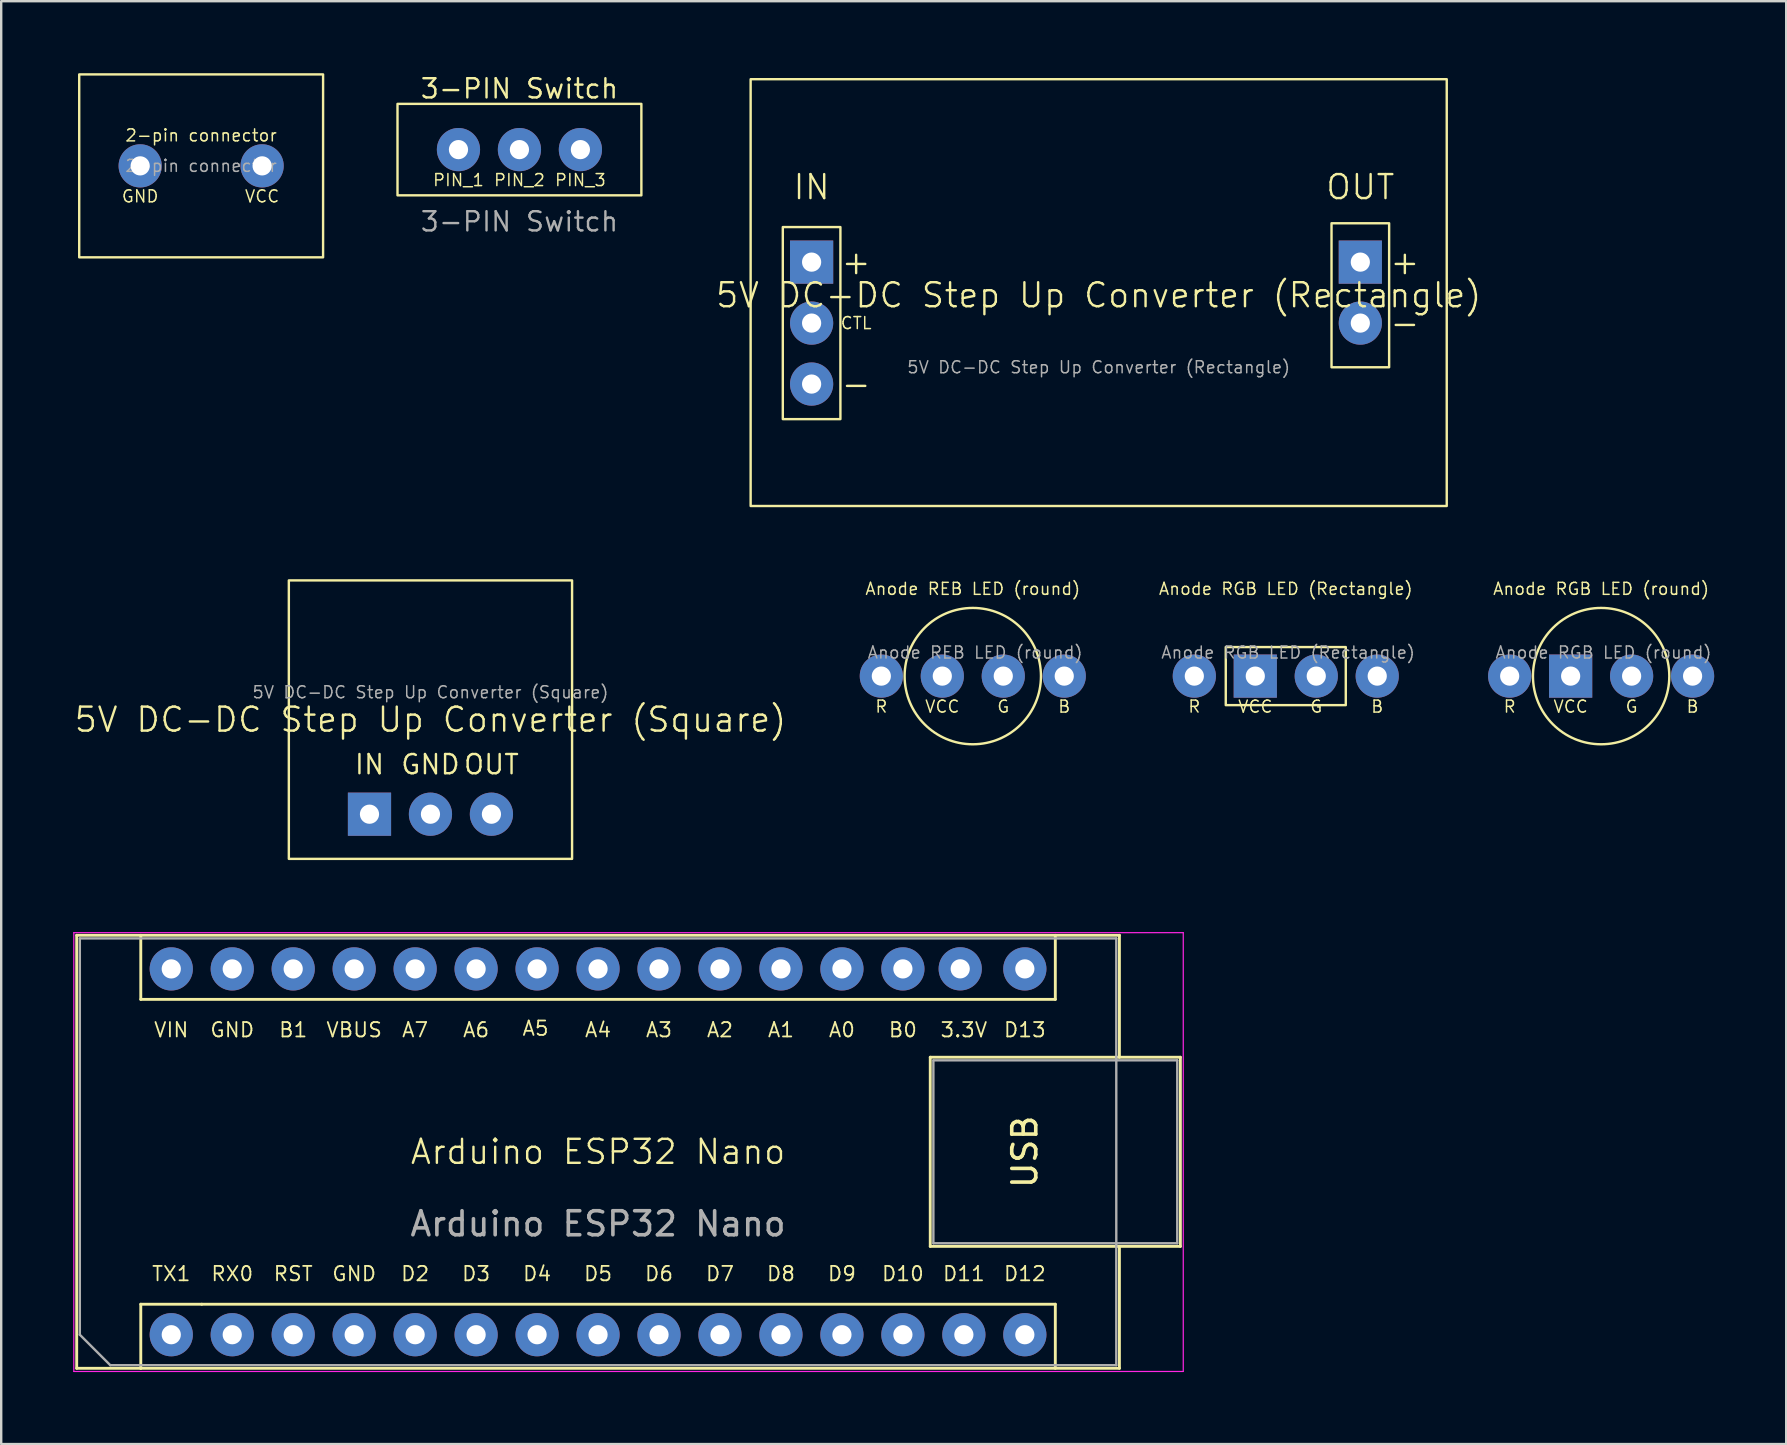
<source format=kicad_pcb>
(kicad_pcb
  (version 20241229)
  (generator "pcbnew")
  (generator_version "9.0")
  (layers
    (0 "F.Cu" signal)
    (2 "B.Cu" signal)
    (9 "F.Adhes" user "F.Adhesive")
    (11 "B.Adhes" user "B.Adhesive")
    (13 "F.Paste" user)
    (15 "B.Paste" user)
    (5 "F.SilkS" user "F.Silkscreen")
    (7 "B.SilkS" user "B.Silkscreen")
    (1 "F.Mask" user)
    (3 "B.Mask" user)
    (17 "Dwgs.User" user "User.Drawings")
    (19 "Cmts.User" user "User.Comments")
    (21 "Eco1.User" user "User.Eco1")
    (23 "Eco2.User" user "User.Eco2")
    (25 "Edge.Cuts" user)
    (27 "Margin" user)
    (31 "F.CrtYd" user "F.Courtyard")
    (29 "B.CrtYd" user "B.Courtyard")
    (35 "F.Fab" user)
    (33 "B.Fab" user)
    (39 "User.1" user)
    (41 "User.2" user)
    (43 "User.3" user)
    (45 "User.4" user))
  (footprint "5V DC-DC Step Up Converter (Square)"
    (layer "F.Cu")
    (at 14.883 26.93)
    (property "Reference" "5V DC-DC Step Up Converter (Square)" (at 0 0 0) (unlocked yes) (layer "F.SilkS") (effects (font (size 1 1) (thickness 0.1))))
    (fp_rect (start -5.9 -5.8) (end 5.9 5.8) (stroke (width 0.1) (type solid)) (fill no) (layer "F.SilkS"))
    (fp_text user "GND" (at 0 1.4 0) (unlocked yes) (layer "F.SilkS") (effects (font (size 0.8 0.8) (thickness 0.1)) (justify top)))
    (fp_text user "OUT" (at 2.54 1.4 0) (unlocked yes) (layer "F.SilkS") (effects (font (size 0.8 0.8) (thickness 0.1)) (justify top)))
    (fp_text user "IN" (at -2.54 1.4 0) (unlocked yes) (layer "F.SilkS") (effects (font (size 0.8 0.8) (thickness 0.1)) (justify top)))
    (fp_text user "${REFERENCE}" (at 0 -1.14 0) (unlocked yes) (layer "F.Fab") (effects (font (size 0.5 0.5) (thickness 0.062))))
    (pad "1" thru_hole rect (at -2.54 3.94) (size 1.8 1.8) (drill 0.8) (layers "*.Cu" "*.Mask"))
    (pad "2" thru_hole circle (at 0 3.94) (size 1.8 1.8) (drill 0.8) (layers "*.Cu" "*.Mask"))
    (pad "3" thru_hole circle (at 2.54 3.94) (size 1.8 1.8) (drill 0.8) (layers "*.Cu" "*.Mask")))
  (footprint "Anode RGB LED (round)"
    (layer "F.Cu")
    (at 63.654 25.117)
    (property "Reference" "Anode RGB LED (round)" (at 0 -3.635 0) (unlocked yes) (layer "F.SilkS") (effects (font (size 0.5 0.5) (thickness 0.062))))
    (fp_circle (center 0 0) (end 2.84 0) (stroke (width 0.1) (type solid)) (fill no) (layer "F.SilkS"))
    (fp_text user "VCC" (at -1.27 1.27 0) (unlocked yes) (layer "F.SilkS") (effects (font (size 0.5 0.5) (thickness 0.062))))
    (fp_text user "B" (at 3.81 1.27 0) (unlocked yes) (layer "F.SilkS") (effects (font (size 0.5 0.5) (thickness 0.062))))
    (fp_text user "R" (at -3.81 1.27 0) (unlocked yes) (layer "F.SilkS") (effects (font (size 0.5 0.5) (thickness 0.062))))
    (fp_text user "G" (at 1.27 1.27 0) (unlocked yes) (layer "F.SilkS") (effects (font (size 0.5 0.5) (thickness 0.062))))
    (fp_text user "${REFERENCE}" (at 0.098 -0.982 0) (unlocked yes) (layer "F.Fab") (effects (font (size 0.5 0.5) (thickness 0.062))))
    (pad "1" thru_hole circle (at -3.81 0) (size 1.8 1.8) (drill 0.8) (layers "*.Cu" "*.Mask"))
    (pad "2" thru_hole rect (at -1.27 0) (size 1.8 1.8) (drill 0.8) (layers "*.Cu" "*.Mask"))
    (pad "3" thru_hole circle (at 1.27 0) (size 1.8 1.8) (drill 0.8) (layers "*.Cu" "*.Mask"))
    (pad "4" thru_hole circle (at 3.81 0) (size 1.8 1.8) (drill 0.8) (layers "*.Cu" "*.Mask")))
  (footprint "Anode RGB LED (Rectangle)"
    (layer "F.Cu")
    (at 50.516 25.117)
    (property "Reference" "Anode RGB LED (Rectangle)" (at 0 -3.635 0) (unlocked yes) (layer "F.SilkS") (effects (font (size 0.5 0.5) (thickness 0.062))))
    (fp_rect (start -2.5 -1.21) (end 2.5 1.21) (stroke (width 0.1) (type solid)) (fill no) (layer "F.SilkS"))
    (fp_text user "B" (at 3.81 1.27 0) (unlocked yes) (layer "F.SilkS") (effects (font (size 0.5 0.5) (thickness 0.062))))
    (fp_text user "R" (at -3.81 1.27 0) (unlocked yes) (layer "F.SilkS") (effects (font (size 0.5 0.5) (thickness 0.062))))
    (fp_text user "G" (at 1.27 1.27 0) (unlocked yes) (layer "F.SilkS") (effects (font (size 0.5 0.5) (thickness 0.062))))
    (fp_text user "VCC" (at -1.27 1.27 0) (unlocked yes) (layer "F.SilkS") (effects (font (size 0.5 0.5) (thickness 0.062))))
    (fp_text user "${REFERENCE}" (at 0.098 -0.982 0) (unlocked yes) (layer "F.Fab") (effects (font (size 0.5 0.5) (thickness 0.062))))
    (pad "1" thru_hole circle (at -3.81 0) (size 1.8 1.8) (drill 0.8) (layers "*.Cu" "*.Mask"))
    (pad "2" thru_hole rect (at -1.27 0) (size 1.8 1.8) (drill 0.8) (layers "*.Cu" "*.Mask"))
    (pad "3" thru_hole circle (at 1.27 0) (size 1.8 1.8) (drill 0.8) (layers "*.Cu" "*.Mask"))
    (pad "4" thru_hole circle (at 3.81 0) (size 1.8 1.8) (drill 0.8) (layers "*.Cu" "*.Mask")))
  (footprint "Anode REB LED (round)"
    (layer "F.Cu")
    (at 37.477 25.117)
    (property "Reference" "Anode REB LED (round)" (at 0 -3.635 0) (unlocked yes) (layer "F.SilkS") (effects (font (size 0.5 0.5) (thickness 0.062))))
    (fp_circle (center 0 0) (end 2.84 0) (stroke (width 0.1) (type solid)) (fill no) (layer "F.SilkS"))
    (fp_text user "G" (at 1.27 1.27 0) (unlocked yes) (layer "F.SilkS") (effects (font (size 0.5 0.5) (thickness 0.062))))
    (fp_text user "R" (at -3.81 1.27 0) (unlocked yes) (layer "F.SilkS") (effects (font (size 0.5 0.5) (thickness 0.062))))
    (fp_text user "B" (at 3.81 1.27 0) (unlocked yes) (layer "F.SilkS") (effects (font (size 0.5 0.5) (thickness 0.062))))
    (fp_text user "VCC" (at -1.27 1.27 0) (unlocked yes) (layer "F.SilkS") (effects (font (size 0.5 0.5) (thickness 0.062))))
    (fp_text user "${REFERENCE}" (at 0.098 -0.982 0) (unlocked yes) (layer "F.Fab") (effects (font (size 0.5 0.5) (thickness 0.062))))
    (pad "1" thru_hole circle (at -3.81 0) (size 1.8 1.8) (drill 0.8) (layers "*.Cu" "*.Mask"))
    (pad "2" thru_hole circle (at -1.27 0) (size 1.8 1.8) (drill 0.8) (layers "*.Cu" "*.Mask"))
    (pad "3" thru_hole circle (at 1.27 0) (size 1.8 1.8) (drill 0.8) (layers "*.Cu" "*.Mask"))
    (pad "4" thru_hole circle (at 3.81 0) (size 1.8 1.8) (drill 0.8) (layers "*.Cu" "*.Mask")))
  (footprint "2-pin connector"
    (layer "F.Cu")
    (at 0.25 7.67)
    (property "Reference" "2-pin connector" (at 5.08 -5.08 0) (unlocked yes) (layer "F.SilkS") (effects (font (size 0.5 0.5) (thickness 0.062))))
    (fp_rect (start 0 -7.62) (end 10.16 0) (stroke (width 0.1) (type solid)) (fill no) (layer "F.SilkS"))
    (fp_text user "GND" (at 2.54 -2.54 0) (unlocked yes) (layer "F.SilkS") (effects (font (size 0.5 0.5) (thickness 0.062))))
    (fp_text user "VCC" (at 7.62 -2.54 0) (unlocked yes) (layer "F.SilkS") (effects (font (size 0.5 0.5) (thickness 0.062))))
    (fp_text user "${REFERENCE}" (at 5.08 -3.81 0) (unlocked yes) (layer "F.Fab") (effects (font (size 0.5 0.5) (thickness 0.062))))
    (pad "1" thru_hole circle (at 2.54 -3.81) (size 1.8 1.8) (drill 0.8) (layers "*.Cu" "*.Mask"))
    (pad "2" thru_hole circle (at 7.62 -3.81) (size 1.8 1.8) (drill 0.8) (layers "*.Cu" "*.Mask")))
  (footprint "Arduino ESP32 Nano"
    (layer "F.Cu")
    (at 4.085 52.555)
    (property "Reference" "Arduino ESP32 Nano" (at 17.78 -7.62 0) (unlocked yes) (layer "F.SilkS") (effects (font (size 1 1) (thickness 0.1))))
    (fp_line (start -3.94 -16.64) (end -3.94 1.4) (stroke (width 0.12) (type solid)) (layer "F.SilkS"))
    (fp_line (start -3.94 1.4) (end -1.27 1.4) (stroke (width 0.12) (type solid)) (layer "F.SilkS"))
    (fp_line (start -1.27 -13.97) (end -1.27 -16.64) (stroke (width 0.12) (type solid)) (layer "F.SilkS"))
    (fp_line (start -1.27 -13.97) (end 36.83 -13.97) (stroke (width 0.12) (type solid)) (layer "F.SilkS"))
    (fp_line (start -1.27 -1.27) (end -1.27 1.4) (stroke (width 0.12) (type solid)) (layer "F.SilkS"))
    (fp_line (start -1.27 1.4) (end 39.5 1.4) (stroke (width 0.12) (type solid)) (layer "F.SilkS"))
    (fp_line (start 1.27 -1.27) (end -1.27 -1.27) (stroke (width 0.12) (type solid)) (layer "F.SilkS"))
    (fp_line (start 1.27 -1.27) (end 36.83 -1.27) (stroke (width 0.12) (type solid)) (layer "F.SilkS"))
    (fp_line (start 31.62 -11.56) (end 42.04 -11.56) (stroke (width 0.12) (type solid)) (layer "F.SilkS"))
    (fp_line (start 31.62 -3.68) (end 31.62 -11.56) (stroke (width 0.12) (type solid)) (layer "F.SilkS"))
    (fp_line (start 36.83 -13.97) (end 36.83 -16.64) (stroke (width 0.12) (type solid)) (layer "F.SilkS"))
    (fp_line (start 36.83 -1.27) (end 36.83 1.4) (stroke (width 0.12) (type solid)) (layer "F.SilkS"))
    (fp_line (start 39.5 -16.64) (end -3.94 -16.64) (stroke (width 0.12) (type solid)) (layer "F.SilkS"))
    (fp_line (start 39.5 -16.64) (end 39.5 -11.56) (stroke (width 0.12) (type solid)) (layer "F.SilkS"))
    (fp_line (start 39.5 1.4) (end 39.5 -3.68) (stroke (width 0.12) (type solid)) (layer "F.SilkS"))
    (fp_line (start 42.04 -11.56) (end 42.04 -3.68) (stroke (width 0.12) (type solid)) (layer "F.SilkS"))
    (fp_line (start 42.04 -3.68) (end 31.62 -3.68) (stroke (width 0.12) (type solid)) (layer "F.SilkS"))
    (fp_line (start -4.06 1.53) (end -4.06 -16.75) (stroke (width 0.05) (type solid)) (layer "F.CrtYd"))
    (fp_line (start -4.06 1.53) (end 42.16 1.53) (stroke (width 0.05) (type solid)) (layer "F.CrtYd"))
    (fp_line (start 42.16 -16.75) (end -4.06 -16.75) (stroke (width 0.05) (type solid)) (layer "F.CrtYd"))
    (fp_line (start 42.16 -16.75) (end 42.16 1.53) (stroke (width 0.05) (type solid)) (layer "F.CrtYd"))
    (fp_line (start -3.81 -16.51) (end 39.37 -16.51) (stroke (width 0.1) (type solid)) (layer "F.Fab"))
    (fp_line (start -3.81 0) (end -3.81 -16.51) (stroke (width 0.1) (type solid)) (layer "F.Fab"))
    (fp_line (start -2.54 1.27) (end -3.81 0) (stroke (width 0.1) (type solid)) (layer "F.Fab"))
    (fp_line (start 31.75 -11.43) (end 41.91 -11.43) (stroke (width 0.1) (type solid)) (layer "F.Fab"))
    (fp_line (start 31.75 -3.81) (end 31.75 -11.43) (stroke (width 0.1) (type solid)) (layer "F.Fab"))
    (fp_line (start 39.37 -16.51) (end 39.37 1.27) (stroke (width 0.1) (type solid)) (layer "F.Fab"))
    (fp_line (start 39.37 1.27) (end -2.54 1.27) (stroke (width 0.1) (type solid)) (layer "F.Fab"))
    (fp_line (start 41.91 -11.43) (end 41.91 -3.81) (stroke (width 0.1) (type solid)) (layer "F.Fab"))
    (fp_line (start 41.91 -3.81) (end 31.75 -3.81) (stroke (width 0.1) (type solid)) (layer "F.Fab"))
    (fp_text user "GND" (at 7.62 -2.54 0) (unlocked yes) (layer "F.SilkS") (effects (font (size 0.6 0.6) (thickness 0.075))))
    (fp_text user "D6" (at 20.32 -2.54 0) (unlocked yes) (layer "F.SilkS") (effects (font (size 0.6 0.6) (thickness 0.075))))
    (fp_text user "GND" (at 2.54 -12.7 0) (unlocked yes) (layer "F.SilkS") (effects (font (size 0.6 0.6) (thickness 0.075))))
    (fp_text user "A3" (at 20.32 -12.7 0) (unlocked yes) (layer "F.SilkS") (effects (font (size 0.6 0.6) (thickness 0.075))))
    (fp_text user "D13" (at 35.56 -12.7 0) (unlocked yes) (layer "F.SilkS") (effects (font (size 0.6 0.6) (thickness 0.075))))
    (fp_text user "A4" (at 17.78 -12.7 0) (unlocked yes) (layer "F.SilkS") (effects (font (size 0.6 0.6) (thickness 0.075))))
    (fp_text user "D7" (at 22.86 -2.54 0) (unlocked yes) (layer "F.SilkS") (effects (font (size 0.6 0.6) (thickness 0.075))))
    (fp_text user "D5" (at 17.78 -2.54 0) (unlocked yes) (layer "F.SilkS") (effects (font (size 0.6 0.6) (thickness 0.075))))
    (fp_text user "D10" (at 30.48 -2.54 0) (unlocked yes) (layer "F.SilkS") (effects (font (size 0.6 0.6) (thickness 0.075))))
    (fp_text user "A5" (at 15.177 -12.763 0) (unlocked yes) (layer "F.SilkS") (effects (font (size 0.6 0.6) (thickness 0.075))))
    (fp_text user "D11" (at 33.02 -2.54 0) (unlocked yes) (layer "F.SilkS") (effects (font (size 0.6 0.6) (thickness 0.075))))
    (fp_text user "A0" (at 27.94 -12.7 0) (unlocked yes) (layer "F.SilkS") (effects (font (size 0.6 0.6) (thickness 0.075))))
    (fp_text user "D9" (at 27.94 -2.54 0) (unlocked yes) (layer "F.SilkS") (effects (font (size 0.6 0.6) (thickness 0.075))))
    (fp_text user "A2" (at 22.86 -12.7 0) (unlocked yes) (layer "F.SilkS") (effects (font (size 0.6 0.6) (thickness 0.075))))
    (fp_text user "A7" (at 10.16 -12.7 0) (unlocked yes) (layer "F.SilkS") (effects (font (size 0.6 0.6) (thickness 0.075))))
    (fp_text user "VBUS" (at 7.62 -12.7 0) (unlocked yes) (layer "F.SilkS") (effects (font (size 0.6 0.6) (thickness 0.075))))
    (fp_text user "TX1" (at 0 -2.54 0) (unlocked yes) (layer "F.SilkS") (effects (font (size 0.6 0.6) (thickness 0.075))))
    (fp_text user "D12" (at 35.56 -2.54 0) (unlocked yes) (layer "F.SilkS") (effects (font (size 0.6 0.6) (thickness 0.075))))
    (fp_text user "D2" (at 10.16 -2.54 0) (unlocked yes) (layer "F.SilkS") (effects (font (size 0.6 0.6) (thickness 0.075))))
    (fp_text user "B1" (at 5.08 -12.7 0) (unlocked yes) (layer "F.SilkS") (effects (font (size 0.6 0.6) (thickness 0.075))))
    (fp_text user "A1" (at 25.4 -12.7 0) (unlocked yes) (layer "F.SilkS") (effects (font (size 0.6 0.6) (thickness 0.075))))
    (fp_text user "RST" (at 5.08 -2.54 0) (unlocked yes) (layer "F.SilkS") (effects (font (size 0.6 0.6) (thickness 0.075))))
    (fp_text user "3.3V" (at 33.02 -12.7 0) (unlocked yes) (layer "F.SilkS") (effects (font (size 0.6 0.6) (thickness 0.075))))
    (fp_text user "D8" (at 25.4 -2.54 0) (unlocked yes) (layer "F.SilkS") (effects (font (size 0.6 0.6) (thickness 0.075))))
    (fp_text user "D4" (at 15.24 -2.54 0) (unlocked yes) (layer "F.SilkS") (effects (font (size 0.6 0.6) (thickness 0.075))))
    (fp_text user "A6" (at 12.7 -12.7 0) (unlocked yes) (layer "F.SilkS") (effects (font (size 0.6 0.6) (thickness 0.075))))
    (fp_text user "USB" (at 35.56 -7.62 90) (unlocked yes) (layer "F.SilkS") (effects (font (size 1 1) (thickness 0.15))))
    (fp_text user "RX0" (at 2.54 -2.54 0) (unlocked yes) (layer "F.SilkS") (effects (font (size 0.6 0.6) (thickness 0.075))))
    (fp_text user "B0" (at 30.48 -12.7 0) (unlocked yes) (layer "F.SilkS") (effects (font (size 0.6 0.6) (thickness 0.075))))
    (fp_text user "VIN" (at 0 -12.7 0) (unlocked yes) (layer "F.SilkS") (effects (font (size 0.6 0.6) (thickness 0.075))))
    (fp_text user "D3" (at 12.7 -2.54 0) (unlocked yes) (layer "F.SilkS") (effects (font (size 0.6 0.6) (thickness 0.075))))
    (fp_text user "${REFERENCE}" (at 17.78 -4.62 0) (unlocked yes) (layer "F.Fab") (effects (font (size 1 1) (thickness 0.15))))
    (pad "1" thru_hole circle (at 0 0) (size 1.8 1.8) (drill 0.8) (layers "*.Cu" "*.Mask"))
    (pad "2" thru_hole circle (at 2.54 0) (size 1.8 1.8) (drill 0.8) (layers "*.Cu" "*.Mask"))
    (pad "3" thru_hole circle (at 5.08 0) (size 1.8 1.8) (drill 0.8) (layers "*.Cu" "*.Mask"))
    (pad "4" thru_hole circle (at 7.62 0) (size 1.8 1.8) (drill 0.8) (layers "*.Cu" "*.Mask"))
    (pad "5" thru_hole circle (at 10.16 0) (size 1.8 1.8) (drill 0.8) (layers "*.Cu" "*.Mask"))
    (pad "6" thru_hole circle (at 12.7 0) (size 1.8 1.8) (drill 0.8) (layers "*.Cu" "*.Mask"))
    (pad "7" thru_hole circle (at 15.24 0) (size 1.8 1.8) (drill 0.8) (layers "*.Cu" "*.Mask"))
    (pad "8" thru_hole circle (at 17.78 0) (size 1.8 1.8) (drill 0.8) (layers "*.Cu" "*.Mask"))
    (pad "9" thru_hole circle (at 20.32 0) (size 1.8 1.8) (drill 0.8) (layers "*.Cu" "*.Mask"))
    (pad "10" thru_hole circle (at 22.86 0) (size 1.8 1.8) (drill 0.8) (layers "*.Cu" "*.Mask"))
    (pad "11" thru_hole circle (at 25.4 0) (size 1.8 1.8) (drill 0.8) (layers "*.Cu" "*.Mask"))
    (pad "12" thru_hole circle (at 27.94 0) (size 1.8 1.8) (drill 0.8) (layers "*.Cu" "*.Mask"))
    (pad "13" thru_hole circle (at 30.48 0) (size 1.8 1.8) (drill 0.8) (layers "*.Cu" "*.Mask"))
    (pad "14" thru_hole circle (at 33.02 0) (size 1.8 1.8) (drill 0.8) (layers "*.Cu" "*.Mask"))
    (pad "15" thru_hole circle (at 35.56 0) (size 1.8 1.8) (drill 0.8) (layers "*.Cu" "*.Mask"))
    (pad "16" thru_hole circle (at 35.56 -15.24) (size 1.8 1.8) (drill 0.8) (layers "*.Cu" "*.Mask"))
    (pad "17" thru_hole circle (at 32.868 -15.243) (size 1.8 1.8) (drill 0.8) (layers "*.Cu" "*.Mask"))
    (pad "18" thru_hole circle (at 30.48 -15.24) (size 1.8 1.8) (drill 0.8) (layers "*.Cu" "*.Mask"))
    (pad "19" thru_hole circle (at 27.94 -15.24) (size 1.8 1.8) (drill 0.8) (layers "*.Cu" "*.Mask"))
    (pad "20" thru_hole circle (at 25.4 -15.24) (size 1.8 1.8) (drill 0.8) (layers "*.Cu" "*.Mask"))
    (pad "21" thru_hole circle (at 22.86 -15.24) (size 1.8 1.8) (drill 0.8) (layers "*.Cu" "*.Mask"))
    (pad "22" thru_hole circle (at 20.32 -15.24) (size 1.8 1.8) (drill 0.8) (layers "*.Cu" "*.Mask"))
    (pad "23" thru_hole circle (at 17.78 -15.24) (size 1.8 1.8) (drill 0.8) (layers "*.Cu" "*.Mask"))
    (pad "24" thru_hole circle (at 15.24 -15.24) (size 1.8 1.8) (drill 0.8) (layers "*.Cu" "*.Mask"))
    (pad "25" thru_hole circle (at 12.7 -15.24) (size 1.8 1.8) (drill 0.8) (layers "*.Cu" "*.Mask"))
    (pad "26" thru_hole circle (at 10.16 -15.24) (size 1.8 1.8) (drill 0.8) (layers "*.Cu" "*.Mask"))
    (pad "27" thru_hole circle (at 7.62 -15.24) (size 1.8 1.8) (drill 0.8) (layers "*.Cu" "*.Mask"))
    (pad "28" thru_hole circle (at 5.08 -15.24) (size 1.8 1.8) (drill 0.8) (layers "*.Cu" "*.Mask"))
    (pad "29" thru_hole circle (at 2.54 -15.24) (size 1.8 1.8) (drill 0.8) (layers "*.Cu" "*.Mask"))
    (pad "30" thru_hole circle (at 0 -15.24) (size 1.8 1.8) (drill 0.8) (layers "*.Cu" "*.Mask")))
  (footprint "3-PIN Switch"
    (layer "F.Cu")
    (at 16.05 3.183)
    (property "Reference" "3-PIN Switch" (at 2.54 -2.54 0) (unlocked yes) (layer "F.SilkS") (effects (font (size 0.8 0.8) (thickness 0.1))))
    (fp_rect (start -2.54 -1.905) (end 7.62 1.905) (stroke (width 0.1) (type solid)) (fill no) (layer "F.SilkS"))
    (fp_text user "PIN_3" (at 5.08 1.27 0) (unlocked yes) (layer "F.SilkS") (effects (font (size 0.5 0.5) (thickness 0.062))))
    (fp_text user "PIN_1" (at 0 1.27 0) (unlocked yes) (layer "F.SilkS") (effects (font (size 0.5 0.5) (thickness 0.062))))
    (fp_text user "PIN_2" (at 2.54 1.27 0) (unlocked yes) (layer "F.SilkS") (effects (font (size 0.5 0.5) (thickness 0.062))))
    (fp_text user "${REFERENCE}" (at 2.54 3 0) (unlocked yes) (layer "F.Fab") (effects (font (size 0.8 0.8) (thickness 0.1))))
    (pad "1" thru_hole circle (at 0 0) (size 1.8 1.8) (drill 0.8) (layers "*.Cu" "*.Mask"))
    (pad "2" thru_hole circle (at 2.54 0) (size 1.8 1.8) (drill 0.8) (layers "*.Cu" "*.Mask"))
    (pad "3" thru_hole circle (at 5.08 0) (size 1.8 1.8) (drill 0.8) (layers "*.Cu" "*.Mask")))
  (footprint "5V DC-DC Step Up Converter (Rectangle)"
    (layer "F.Cu")
    (at 28.222 0.25)
    (property "Reference" "5V DC-DC Step Up Converter (Rectangle)" (at 14.5 9 0) (unlocked yes) (layer "F.SilkS") (effects (font (size 1 1) (thickness 0.1))))
    (fp_rect (start 0 0) (end 29 17.78) (stroke (width 0.1) (type solid)) (fill no) (layer "F.SilkS"))
    (fp_rect (start 1.34 6.16) (end 3.74 14.16) (stroke (width 0.1) (type solid)) (fill no) (layer "F.SilkS"))
    (fp_rect (start 24.2 6) (end 26.6 12) (stroke (width 0.1) (type solid)) (fill no) (layer "F.SilkS"))
    (fp_text user "-" (at 5.08 12.7 0) (unlocked yes) (layer "F.SilkS") (effects (font (size 1 1) (thickness 0.1)) (justify right)))
    (fp_text user "IN" (at 2.54 5.08 0) (unlocked yes) (layer "F.SilkS") (effects (font (size 1 1) (thickness 0.1)) (justify bottom)))
    (fp_text user "+" (at 5.08 7.62 0) (unlocked yes) (layer "F.SilkS") (effects (font (size 1 1) (thickness 0.1)) (justify right)))
    (fp_text user "+" (at 27.94 7.62 0) (unlocked yes) (layer "F.SilkS") (effects (font (size 1 1) (thickness 0.1)) (justify right)))
    (fp_text user "-" (at 27.94 10.16 0) (unlocked yes) (layer "F.SilkS") (effects (font (size 1 1) (thickness 0.1)) (justify right)))
    (fp_text user "CTL" (at 5.08 10.16 0) (unlocked yes) (layer "F.SilkS") (effects (font (size 0.5 0.5) (thickness 0.062)) (justify right)))
    (fp_text user "OUT" (at 25.4 5.08 0) (unlocked yes) (layer "F.SilkS") (effects (font (size 1 1) (thickness 0.1)) (justify bottom)))
    (fp_text user "${REFERENCE}" (at 14.5 12 0) (unlocked yes) (layer "F.Fab") (effects (font (size 0.5 0.5) (thickness 0.062))))
    (pad "1" thru_hole rect (at 2.54 7.62) (size 1.8 1.8) (drill 0.8) (layers "*.Cu" "*.Mask"))
    (pad "2" thru_hole circle (at 2.54 10.16) (size 1.8 1.8) (drill 0.8) (layers "*.Cu" "*.Mask"))
    (pad "3" thru_hole circle (at 2.54 12.7) (size 1.8 1.8) (drill 0.8) (layers "*.Cu" "*.Mask"))
    (pad "4" thru_hole rect (at 25.4 7.62) (size 1.8 1.8) (drill 0.8) (layers "*.Cu" "*.Mask"))
    (pad "5" thru_hole circle (at 25.4 10.16) (size 1.8 1.8) (drill 0.8) (layers "*.Cu" "*.Mask")))
  (gr_rect
    (start -3 -3)
    (end 71.364 57.11)
    (stroke (width 0.1) (type default))
    (fill no)
    (layer "Edge.Cuts")))
</source>
